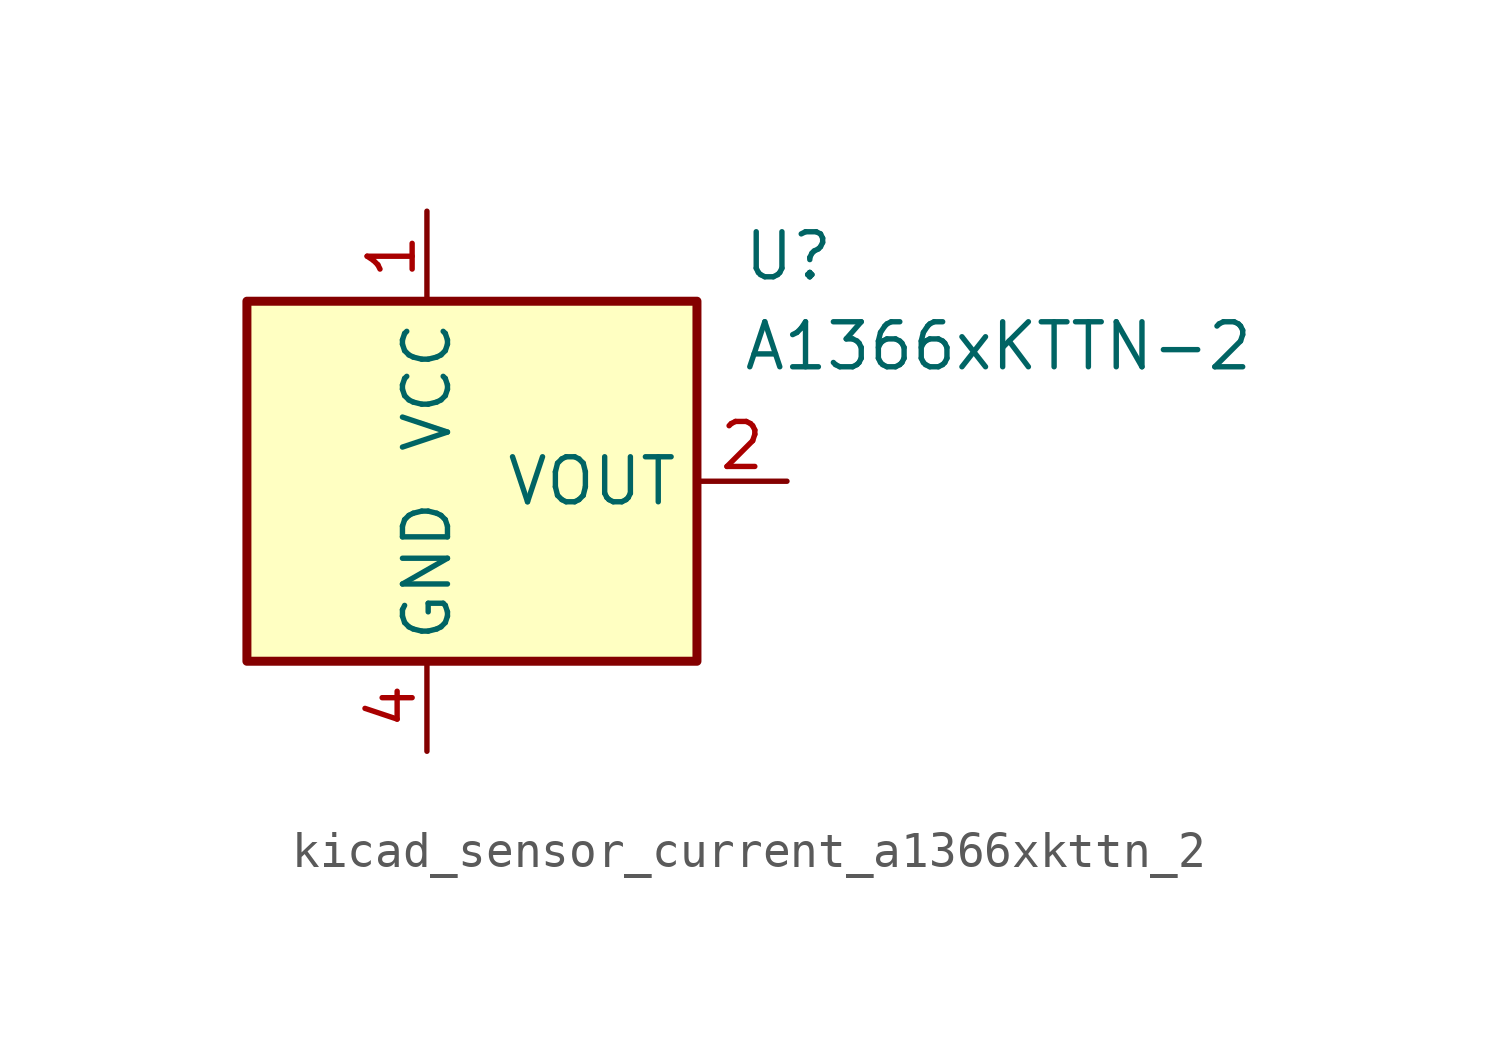
<source format=kicad_sym>
(kicad_symbol_lib
  (version 20220914)
  (generator kicad_symbol_editor)
  (symbol "kicad_sensor_current_a1366xkttn_2"
    (property "Reference" "U"
      (at 8.89 6.35 0)
      (effects (font (size 1.27 1.27)) (justify left)))
    (property "Value" "A1366xKTTN-2"
      (at 8.89 3.81 0)
      (effects (font (size 1.27 1.27)) (justify left)))
    (symbol "kicad_sensor_current_a1366xkttn_2_0_1"
      (rectangle (start -5.08 5.08) (end 7.62 -5.08) (stroke (width 0.254) (type default)) (fill (type background))))
    (symbol "kicad_sensor_current_a1366xkttn_2_1_1"
      (pin power_in line (at 0 7.62 270) (length 2.54) (name "VCC" (effects (font (size 1.27 1.27)))) (number "1" (effects (font (size 1.27 1.27)))))
      (pin output line (at 10.16 0 180) (length 2.54) (name "VOUT" (effects (font (size 1.27 1.27)))) (number "2" (effects (font (size 1.27 1.27)))))
      (pin no_connect line (at 7.62 -2.54 180) (length 2.54) hide (name "NC" (effects (font (size 1.27 1.27)))) (number "3" (effects (font (size 1.27 1.27)))))
      (pin power_in line (at 0 -7.62 90) (length 2.54) (name "GND" (effects (font (size 1.27 1.27)))) (number "4" (effects (font (size 1.27 1.27))))))))
</source>
